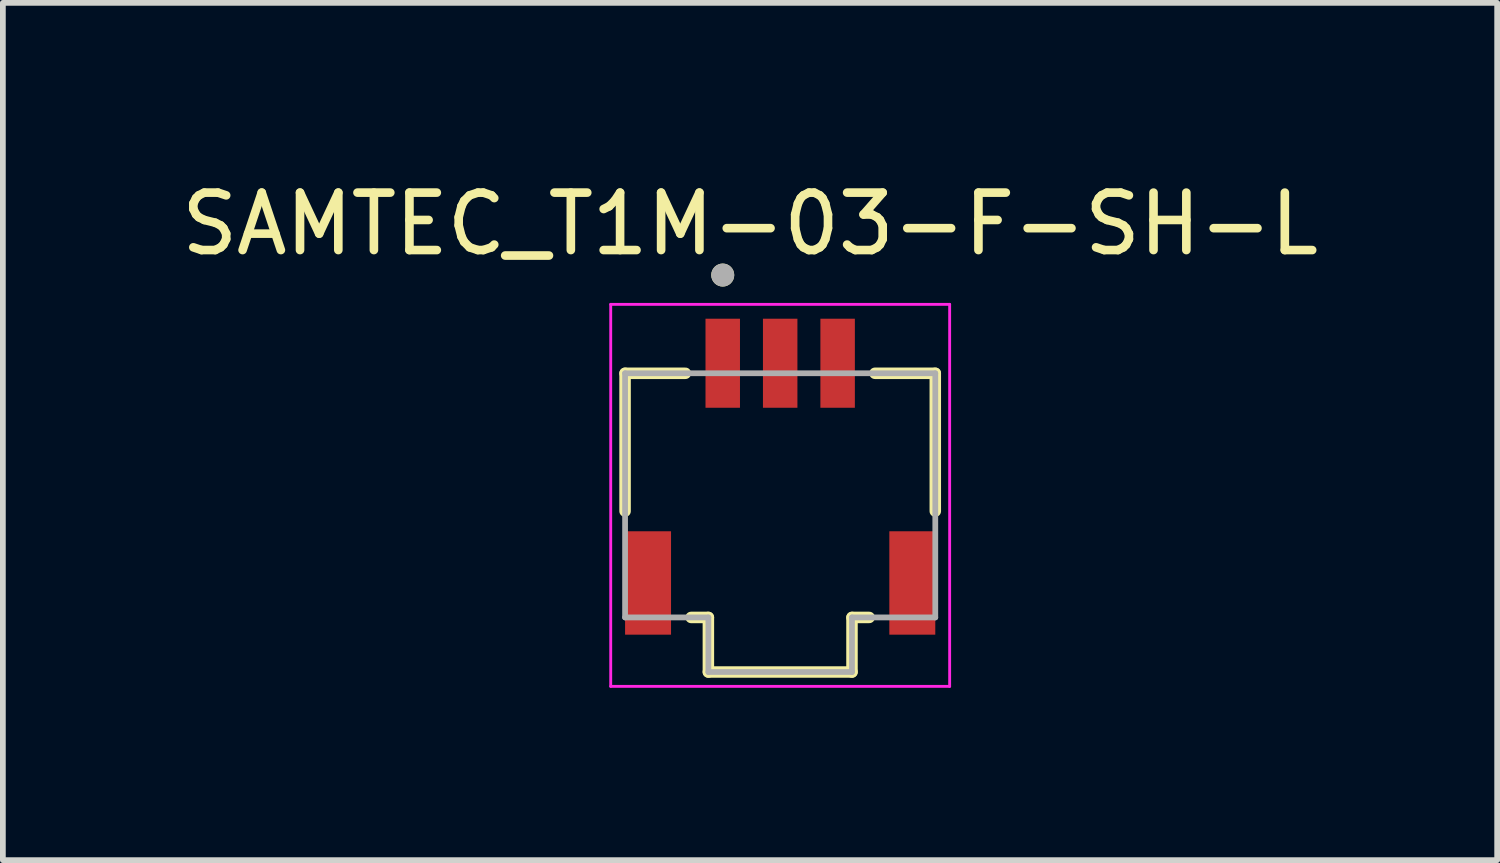
<source format=kicad_pcb>
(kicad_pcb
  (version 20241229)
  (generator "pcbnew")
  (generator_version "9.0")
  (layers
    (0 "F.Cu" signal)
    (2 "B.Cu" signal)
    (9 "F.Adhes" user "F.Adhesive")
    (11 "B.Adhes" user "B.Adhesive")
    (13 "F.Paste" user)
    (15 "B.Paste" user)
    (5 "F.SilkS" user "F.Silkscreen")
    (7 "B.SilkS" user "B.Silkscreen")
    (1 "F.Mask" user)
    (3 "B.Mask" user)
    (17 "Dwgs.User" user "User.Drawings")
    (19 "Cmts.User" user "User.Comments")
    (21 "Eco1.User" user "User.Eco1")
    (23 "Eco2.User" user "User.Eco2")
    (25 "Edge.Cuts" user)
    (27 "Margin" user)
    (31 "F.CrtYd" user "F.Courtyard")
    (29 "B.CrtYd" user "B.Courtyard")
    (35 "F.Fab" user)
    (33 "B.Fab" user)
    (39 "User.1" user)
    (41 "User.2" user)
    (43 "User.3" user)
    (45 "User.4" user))
  (footprint "SAMTEC_T1M-03-F-SH-L"
    (layer "F.Cu")
    (at 10.531 3.273)
    (property "Reference" "SAMTEC_T1M-03-F-SH-L" (at -0.525 -2.425 0) (layer "F.SilkS") (effects (font (size 1 1) (thickness 0.15))))
    (attr smd)
    (fp_line (start -2.7 0.175) (end -2.7 2.575) (stroke (width 0.2) (type solid)) (layer "F.SilkS"))
    (fp_line (start -2.7 0.175) (end -1.65 0.175) (stroke (width 0.2) (type solid)) (layer "F.SilkS"))
    (fp_line (start -1.55 4.425) (end -1.25 4.425) (stroke (width 0.2) (type solid)) (layer "F.SilkS"))
    (fp_line (start -1.25 4.425) (end -1.25 5.375) (stroke (width 0.2) (type solid)) (layer "F.SilkS"))
    (fp_line (start -1.25 5.375) (end 1.25 5.375) (stroke (width 0.2) (type solid)) (layer "F.SilkS"))
    (fp_line (start 1.25 4.425) (end 1.25 5.375) (stroke (width 0.2) (type solid)) (layer "F.SilkS"))
    (fp_line (start 1.55 4.425) (end 1.25 4.425) (stroke (width 0.2) (type solid)) (layer "F.SilkS"))
    (fp_line (start 2.7 0.175) (end 1.65 0.175) (stroke (width 0.2) (type solid)) (layer "F.SilkS"))
    (fp_line (start 2.7 0.175) (end 2.7 2.575) (stroke (width 0.2) (type solid)) (layer "F.SilkS"))
    (fp_circle (center -1 -1.535) (end -0.9 -1.535) (stroke (width 0.2) (type solid)) (fill no) (layer "F.SilkS"))
    (fp_line (start -2.95 -1.025) (end 2.95 -1.025) (stroke (width 0.05) (type solid)) (layer "F.CrtYd"))
    (fp_line (start -2.95 5.625) (end -2.95 -1.025) (stroke (width 0.05) (type solid)) (layer "F.CrtYd"))
    (fp_line (start 2.95 -1.025) (end 2.95 5.625) (stroke (width 0.05) (type solid)) (layer "F.CrtYd"))
    (fp_line (start 2.95 5.625) (end -2.95 5.625) (stroke (width 0.05) (type solid)) (layer "F.CrtYd"))
    (fp_line (start -2.7 0.175) (end -2.7 4.425) (stroke (width 0.1) (type solid)) (layer "F.Fab"))
    (fp_line (start -2.7 0.175) (end 2.7 0.175) (stroke (width 0.1) (type solid)) (layer "F.Fab"))
    (fp_line (start -2.7 4.425) (end -1.25 4.425) (stroke (width 0.1) (type solid)) (layer "F.Fab"))
    (fp_line (start -1.25 4.425) (end -1.25 5.375) (stroke (width 0.1) (type solid)) (layer "F.Fab"))
    (fp_line (start -1.25 5.375) (end 1.25 5.375) (stroke (width 0.1) (type solid)) (layer "F.Fab"))
    (fp_line (start 1.25 4.425) (end 1.25 5.375) (stroke (width 0.1) (type solid)) (layer "F.Fab"))
    (fp_line (start 2.7 0.175) (end 2.7 4.425) (stroke (width 0.1) (type solid)) (layer "F.Fab"))
    (fp_line (start 2.7 4.425) (end 1.25 4.425) (stroke (width 0.1) (type solid)) (layer "F.Fab"))
    (fp_circle (center -1 -1.535) (end -0.9 -1.535) (stroke (width 0.2) (type solid)) (fill no) (layer "F.Fab"))
    (pad "01" smd rect (at -1 0) (size 0.6 1.55) (layers "F.Cu" "F.Mask" "F.Paste"))
    (pad "02" smd rect (at 0 0) (size 0.6 1.55) (layers "F.Cu" "F.Mask" "F.Paste"))
    (pad "03" smd rect (at 1 0) (size 0.6 1.55) (layers "F.Cu" "F.Mask" "F.Paste"))
    (pad "S1" smd rect (at -2.3 3.825) (size 0.8 1.8) (layers "F.Cu" "F.Mask" "F.Paste"))
    (pad "S2" smd rect (at 2.3 3.825) (size 0.8 1.8) (layers "F.Cu" "F.Mask" "F.Paste")))
  (gr_rect
    (start -3 -3)
    (end 23.012 11.923)
    (stroke (width 0.1) (type default))
    (fill no)
    (layer "Edge.Cuts")))
</source>
